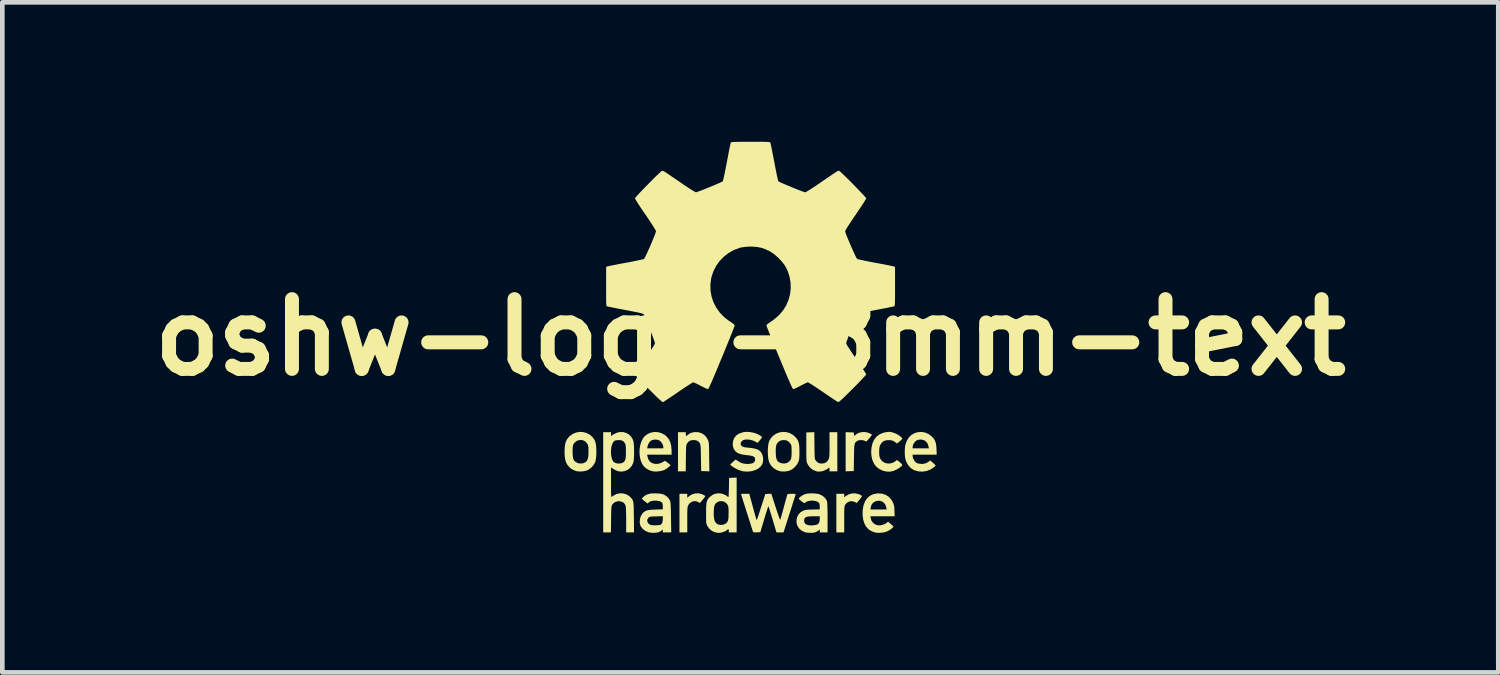
<source format=kicad_pcb>
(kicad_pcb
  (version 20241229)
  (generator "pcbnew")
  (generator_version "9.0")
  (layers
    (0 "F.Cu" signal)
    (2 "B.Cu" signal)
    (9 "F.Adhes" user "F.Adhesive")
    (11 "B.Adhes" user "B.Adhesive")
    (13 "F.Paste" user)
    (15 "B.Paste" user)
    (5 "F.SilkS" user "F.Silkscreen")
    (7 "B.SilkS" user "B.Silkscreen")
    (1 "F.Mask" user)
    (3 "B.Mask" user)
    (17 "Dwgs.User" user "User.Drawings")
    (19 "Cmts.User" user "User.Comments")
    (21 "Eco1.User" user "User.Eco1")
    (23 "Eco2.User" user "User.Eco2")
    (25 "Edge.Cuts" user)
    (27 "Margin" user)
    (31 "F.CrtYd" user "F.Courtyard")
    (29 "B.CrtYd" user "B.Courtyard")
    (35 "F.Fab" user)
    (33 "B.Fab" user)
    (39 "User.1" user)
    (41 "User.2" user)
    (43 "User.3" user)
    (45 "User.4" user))
  (footprint "oshw-logo-8mm-text"
    (layer "F.Cu")
    (at 13.086 4.205)
    (property "Reference" "oshw-logo-8mm-text" (at 0 0 0) (layer "F.SilkS") (effects (font (size 1.5 1.5) (thickness 0.3))))
    (attr board_only exclude_from_pos_files exclude_from_bom)
    (fp_poly (pts (xy 2.335 3.373) (xy 2.396 3.404) (xy 2.4 3.413) (xy 2.396 3.427) (xy 2.38 3.451) (xy 2.351 3.487) (xy 2.35 3.488) (xy 2.289 3.562) (xy 2.248 3.541) (xy 2.195 3.524) (xy 2.142 3.526) (xy 2.094 3.546) (xy 2.054 3.581) (xy 2.037 3.607) (xy 2.031 3.62) (xy 2.027 3.637) (xy 2.024 3.659) (xy 2.021 3.691) (xy 2.02 3.733) (xy 2.019 3.79) (xy 2.019 3.864) (xy 2.019 3.919) (xy 2.019 4.195) (xy 1.934 4.195) (xy 1.85 4.195) (xy 1.85 3.78) (xy 1.85 3.364) (xy 1.934 3.364) (xy 2.019 3.364) (xy 2.019 3.402) (xy 2.019 3.439) (xy 2.055 3.411) (xy 2.119 3.375) (xy 2.19 3.356) (xy 2.264 3.356)) (stroke (width 0) (type solid)) (fill yes) (layer "F.SilkS"))
    (fp_poly (pts (xy -1.045 3.37) (xy -1.022 3.38) (xy -0.993 3.395) (xy -0.973 3.408) (xy -0.967 3.414) (xy -0.974 3.426) (xy -0.99 3.449) (xy -1.015 3.48) (xy -1.025 3.493) (xy -1.084 3.563) (xy -1.117 3.543) (xy -1.167 3.524) (xy -1.219 3.523) (xy -1.268 3.54) (xy -1.309 3.572) (xy -1.333 3.606) (xy -1.34 3.621) (xy -1.345 3.636) (xy -1.349 3.654) (xy -1.352 3.678) (xy -1.354 3.711) (xy -1.355 3.755) (xy -1.356 3.813) (xy -1.356 3.888) (xy -1.356 3.924) (xy -1.356 4.195) (xy -1.44 4.195) (xy -1.524 4.195) (xy -1.524 3.78) (xy -1.524 3.364) (xy -1.44 3.364) (xy -1.356 3.364) (xy -1.356 3.407) (xy -1.356 3.45) (xy -1.314 3.414) (xy -1.255 3.377) (xy -1.188 3.357) (xy -1.116 3.354)) (stroke (width 0) (type solid)) (fill yes) (layer "F.SilkS"))
    (fp_poly (pts (xy 2.474 2.037) (xy 2.537 2.051) (xy 2.583 2.073) (xy 2.618 2.094) (xy 2.597 2.122) (xy 2.579 2.146) (xy 2.553 2.177) (xy 2.537 2.196) (xy 2.496 2.242) (xy 2.463 2.225) (xy 2.421 2.212) (xy 2.373 2.208) (xy 2.327 2.215) (xy 2.299 2.227) (xy 2.281 2.24) (xy 2.266 2.252) (xy 2.255 2.267) (xy 2.247 2.286) (xy 2.241 2.312) (xy 2.236 2.349) (xy 2.233 2.397) (xy 2.231 2.461) (xy 2.23 2.542) (xy 2.229 2.586) (xy 2.224 2.875) (xy 2.137 2.878) (xy 2.05 2.881) (xy 2.05 2.46) (xy 2.05 2.039) (xy 2.137 2.042) (xy 2.224 2.045) (xy 2.229 2.086) (xy 2.233 2.111) (xy 2.238 2.119) (xy 2.247 2.111) (xy 2.248 2.11) (xy 2.291 2.074) (xy 2.346 2.049) (xy 2.409 2.037)) (stroke (width 0) (type solid)) (fill yes) (layer "F.SilkS"))
    (fp_poly (pts (xy 1.379 2.328) (xy 1.38 2.413) (xy 1.381 2.481) (xy 1.383 2.532) (xy 1.385 2.57) (xy 1.387 2.598) (xy 1.39 2.617) (xy 1.395 2.63) (xy 1.401 2.64) (xy 1.404 2.645) (xy 1.44 2.684) (xy 1.478 2.706) (xy 1.525 2.714) (xy 1.533 2.714) (xy 1.591 2.707) (xy 1.637 2.683) (xy 1.672 2.643) (xy 1.679 2.628) (xy 1.687 2.613) (xy 1.692 2.598) (xy 1.696 2.58) (xy 1.699 2.556) (xy 1.701 2.524) (xy 1.702 2.48) (xy 1.703 2.422) (xy 1.703 2.347) (xy 1.703 2.311) (xy 1.703 2.04) (xy 1.787 2.04) (xy 1.871 2.04) (xy 1.871 2.46) (xy 1.871 2.881) (xy 1.787 2.881) (xy 1.703 2.881) (xy 1.703 2.839) (xy 1.703 2.798) (xy 1.651 2.833) (xy 1.582 2.869) (xy 1.511 2.886) (xy 1.441 2.885) (xy 1.425 2.881) (xy 1.352 2.853) (xy 1.291 2.808) (xy 1.243 2.747) (xy 1.228 2.718) (xy 1.221 2.702) (xy 1.216 2.686) (xy 1.211 2.669) (xy 1.208 2.646) (xy 1.206 2.616) (xy 1.205 2.575) (xy 1.204 2.522) (xy 1.204 2.453) (xy 1.204 2.366) (xy 1.204 2.355) (xy 1.204 2.045) (xy 1.29 2.042) (xy 1.376 2.039)) (stroke (width 0) (type solid)) (fill yes) (layer "F.SilkS"))
    (fp_poly (pts (xy -1.119 2.04) (xy -1.059 2.057) (xy -1.046 2.063) (xy -0.987 2.101) (xy -0.944 2.148) (xy -0.913 2.203) (xy -0.906 2.218) (xy -0.9 2.234) (xy -0.896 2.253) (xy -0.893 2.276) (xy -0.89 2.308) (xy -0.888 2.35) (xy -0.887 2.404) (xy -0.886 2.475) (xy -0.885 2.564) (xy -0.885 2.568) (xy -0.881 2.882) (xy -0.969 2.878) (xy -1.057 2.875) (xy -1.062 2.592) (xy -1.064 2.506) (xy -1.065 2.438) (xy -1.067 2.386) (xy -1.07 2.348) (xy -1.073 2.32) (xy -1.076 2.3) (xy -1.081 2.286) (xy -1.087 2.275) (xy -1.12 2.236) (xy -1.165 2.214) (xy -1.219 2.208) (xy -1.276 2.214) (xy -1.319 2.235) (xy -1.353 2.271) (xy -1.358 2.278) (xy -1.365 2.291) (xy -1.371 2.304) (xy -1.375 2.32) (xy -1.379 2.341) (xy -1.381 2.371) (xy -1.383 2.412) (xy -1.384 2.467) (xy -1.385 2.538) (xy -1.386 2.599) (xy -1.389 2.881) (xy -1.473 2.881) (xy -1.556 2.881) (xy -1.556 2.46) (xy -1.556 2.04) (xy -1.472 2.04) (xy -1.388 2.04) (xy -1.388 2.082) (xy -1.386 2.112) (xy -1.378 2.122) (xy -1.362 2.113) (xy -1.346 2.098) (xy -1.302 2.065) (xy -1.246 2.045) (xy -1.184 2.036)) (stroke (width 0) (type solid)) (fill yes) (layer "F.SilkS"))
    (fp_poly (pts (xy -1.989 2.039) (xy -1.914 2.058) (xy -1.845 2.095) (xy -1.799 2.133) (xy -1.755 2.187) (xy -1.723 2.251) (xy -1.703 2.326) (xy -1.694 2.416) (xy -1.693 2.457) (xy -1.693 2.523) (xy -1.956 2.523) (xy -2.219 2.523) (xy -2.212 2.563) (xy -2.193 2.623) (xy -2.161 2.671) (xy -2.118 2.702) (xy -2.057 2.72) (xy -1.991 2.721) (xy -1.924 2.703) (xy -1.86 2.669) (xy -1.855 2.666) (xy -1.843 2.658) (xy -1.831 2.659) (xy -1.814 2.668) (xy -1.787 2.688) (xy -1.773 2.699) (xy -1.713 2.749) (xy -1.761 2.793) (xy -1.798 2.822) (xy -1.84 2.847) (xy -1.864 2.858) (xy -1.923 2.874) (xy -1.99 2.884) (xy -2.055 2.885) (xy -2.101 2.88) (xy -2.174 2.857) (xy -2.239 2.82) (xy -2.278 2.787) (xy -2.322 2.729) (xy -2.354 2.657) (xy -2.374 2.576) (xy -2.383 2.489) (xy -2.381 2.401) (xy -2.378 2.387) (xy -2.218 2.387) (xy -2.045 2.387) (xy -1.871 2.387) (xy -1.871 2.357) (xy -1.88 2.316) (xy -1.901 2.273) (xy -1.93 2.236) (xy -1.956 2.217) (xy -2.004 2.201) (xy -2.058 2.198) (xy -2.108 2.208) (xy -2.135 2.221) (xy -2.173 2.258) (xy -2.2 2.31) (xy -2.212 2.352) (xy -2.218 2.387) (xy -2.378 2.387) (xy -2.367 2.315) (xy -2.341 2.235) (xy -2.304 2.166) (xy -2.27 2.124) (xy -2.21 2.078) (xy -2.14 2.049) (xy -2.065 2.035)) (stroke (width 0) (type solid)) (fill yes) (layer "F.SilkS"))
    (fp_poly (pts (xy 2.823 3.36) (xy 2.901 3.382) (xy 2.968 3.421) (xy 3.024 3.478) (xy 3.06 3.538) (xy 3.076 3.571) (xy 3.086 3.6) (xy 3.093 3.63) (xy 3.096 3.668) (xy 3.099 3.72) (xy 3.099 3.728) (xy 3.104 3.848) (xy 2.844 3.848) (xy 2.583 3.848) (xy 2.589 3.892) (xy 2.607 3.945) (xy 2.641 3.99) (xy 2.688 4.024) (xy 2.744 4.042) (xy 2.79 4.043) (xy 2.844 4.032) (xy 2.895 4.013) (xy 2.931 3.99) (xy 2.962 3.964) (xy 3.018 4.012) (xy 3.047 4.037) (xy 3.068 4.057) (xy 3.078 4.068) (xy 3.078 4.068) (xy 3.073 4.081) (xy 3.053 4.101) (xy 3.024 4.124) (xy 2.99 4.147) (xy 2.954 4.167) (xy 2.944 4.172) (xy 2.892 4.189) (xy 2.829 4.2) (xy 2.763 4.204) (xy 2.702 4.2) (xy 2.665 4.191) (xy 2.598 4.164) (xy 2.545 4.129) (xy 2.501 4.084) (xy 2.476 4.048) (xy 2.445 3.982) (xy 2.424 3.902) (xy 2.414 3.813) (xy 2.416 3.72) (xy 2.418 3.702) (xy 2.418 3.701) (xy 2.583 3.701) (xy 2.758 3.701) (xy 2.933 3.701) (xy 2.926 3.666) (xy 2.906 3.604) (xy 2.873 3.557) (xy 2.828 3.527) (xy 2.773 3.513) (xy 2.741 3.514) (xy 2.684 3.529) (xy 2.637 3.56) (xy 2.605 3.605) (xy 2.589 3.657) (xy 2.583 3.701) (xy 2.418 3.701) (xy 2.436 3.605) (xy 2.469 3.524) (xy 2.514 3.457) (xy 2.573 3.407) (xy 2.643 3.373) (xy 2.724 3.357) (xy 2.735 3.356)) (stroke (width 0) (type solid)) (fill yes) (layer "F.SilkS"))
    (fp_poly (pts (xy 3.003 2.033) (xy 3.042 2.04) (xy 3.059 2.044) (xy 3.128 2.068) (xy 3.192 2.103) (xy 3.244 2.145) (xy 3.248 2.15) (xy 3.264 2.168) (xy 3.267 2.18) (xy 3.256 2.195) (xy 3.253 2.198) (xy 3.232 2.219) (xy 3.204 2.243) (xy 3.194 2.251) (xy 3.155 2.282) (xy 3.107 2.248) (xy 3.075 2.228) (xy 3.045 2.217) (xy 3.007 2.211) (xy 2.988 2.21) (xy 2.921 2.213) (xy 2.867 2.231) (xy 2.825 2.266) (xy 2.797 2.308) (xy 2.785 2.337) (xy 2.777 2.365) (xy 2.773 2.399) (xy 2.771 2.445) (xy 2.771 2.46) (xy 2.772 2.512) (xy 2.775 2.549) (xy 2.782 2.579) (xy 2.794 2.607) (xy 2.795 2.61) (xy 2.83 2.658) (xy 2.876 2.691) (xy 2.931 2.71) (xy 2.991 2.714) (xy 3.051 2.702) (xy 3.108 2.672) (xy 3.117 2.666) (xy 3.154 2.637) (xy 3.194 2.668) (xy 3.222 2.692) (xy 3.247 2.715) (xy 3.253 2.722) (xy 3.266 2.739) (xy 3.265 2.751) (xy 3.253 2.766) (xy 3.211 2.803) (xy 3.157 2.837) (xy 3.098 2.865) (xy 3.078 2.872) (xy 3.03 2.884) (xy 2.988 2.889) (xy 2.941 2.886) (xy 2.901 2.881) (xy 2.837 2.862) (xy 2.773 2.83) (xy 2.717 2.789) (xy 2.706 2.778) (xy 2.661 2.718) (xy 2.627 2.644) (xy 2.606 2.559) (xy 2.599 2.467) (xy 2.605 2.375) (xy 2.627 2.279) (xy 2.663 2.2) (xy 2.713 2.136) (xy 2.777 2.087) (xy 2.856 2.053) (xy 2.92 2.039) (xy 2.966 2.033)) (stroke (width 0) (type solid)) (fill yes) (layer "F.SilkS"))
    (fp_poly (pts (xy 3.76 2.047) (xy 3.836 2.081) (xy 3.899 2.129) (xy 3.939 2.171) (xy 3.968 2.216) (xy 3.987 2.266) (xy 3.998 2.329) (xy 4.004 2.405) (xy 4.008 2.523) (xy 3.749 2.523) (xy 3.49 2.523) (xy 3.49 2.552) (xy 3.497 2.588) (xy 3.516 2.63) (xy 3.54 2.669) (xy 3.566 2.695) (xy 3.599 2.71) (xy 3.645 2.719) (xy 3.694 2.722) (xy 3.74 2.717) (xy 3.757 2.713) (xy 3.791 2.699) (xy 3.826 2.679) (xy 3.832 2.675) (xy 3.87 2.649) (xy 3.927 2.698) (xy 3.956 2.723) (xy 3.976 2.743) (xy 3.984 2.755) (xy 3.985 2.755) (xy 3.977 2.766) (xy 3.958 2.785) (xy 3.947 2.794) (xy 3.871 2.844) (xy 3.786 2.875) (xy 3.697 2.888) (xy 3.606 2.881) (xy 3.601 2.88) (xy 3.519 2.854) (xy 3.451 2.811) (xy 3.396 2.752) (xy 3.355 2.679) (xy 3.334 2.613) (xy 3.326 2.569) (xy 3.322 2.511) (xy 3.321 2.448) (xy 3.323 2.387) (xy 3.324 2.387) (xy 3.49 2.387) (xy 3.665 2.387) (xy 3.84 2.387) (xy 3.832 2.347) (xy 3.813 2.287) (xy 3.779 2.241) (xy 3.733 2.21) (xy 3.676 2.198) (xy 3.665 2.197) (xy 3.617 2.202) (xy 3.576 2.216) (xy 3.575 2.217) (xy 3.542 2.243) (xy 3.514 2.282) (xy 3.496 2.325) (xy 3.49 2.357) (xy 3.49 2.387) (xy 3.324 2.387) (xy 3.329 2.337) (xy 3.331 2.323) (xy 3.36 2.234) (xy 3.402 2.161) (xy 3.458 2.103) (xy 3.526 2.062) (xy 3.598 2.04) (xy 3.68 2.034)) (stroke (width 0) (type solid)) (fill yes) (layer "F.SilkS"))
    (fp_poly (pts (xy -3.596 2.037) (xy -3.523 2.056) (xy -3.456 2.09) (xy -3.398 2.14) (xy -3.352 2.203) (xy -3.337 2.236) (xy -3.325 2.278) (xy -3.316 2.336) (xy -3.312 2.404) (xy -3.311 2.476) (xy -3.313 2.547) (xy -3.32 2.611) (xy -3.33 2.663) (xy -3.337 2.686) (xy -3.375 2.752) (xy -3.427 2.808) (xy -3.489 2.85) (xy -3.532 2.868) (xy -3.595 2.881) (xy -3.663 2.885) (xy -3.723 2.881) (xy -3.798 2.857) (xy -3.867 2.814) (xy -3.893 2.79) (xy -3.932 2.744) (xy -3.961 2.693) (xy -3.98 2.631) (xy -3.991 2.557) (xy -3.995 2.467) (xy -3.995 2.46) (xy -3.822 2.46) (xy -3.82 2.528) (xy -3.815 2.579) (xy -3.806 2.617) (xy -3.791 2.646) (xy -3.768 2.671) (xy -3.752 2.683) (xy -3.705 2.706) (xy -3.651 2.714) (xy -3.595 2.707) (xy -3.545 2.685) (xy -3.545 2.685) (xy -3.518 2.66) (xy -3.499 2.624) (xy -3.487 2.575) (xy -3.481 2.509) (xy -3.48 2.46) (xy -3.481 2.405) (xy -3.482 2.365) (xy -3.487 2.336) (xy -3.494 2.313) (xy -3.504 2.292) (xy -3.536 2.249) (xy -3.58 2.22) (xy -3.629 2.207) (xy -3.681 2.209) (xy -3.731 2.226) (xy -3.774 2.258) (xy -3.8 2.292) (xy -3.809 2.31) (xy -3.815 2.331) (xy -3.819 2.359) (xy -3.821 2.398) (xy -3.822 2.454) (xy -3.822 2.46) (xy -3.995 2.46) (xy -3.992 2.37) (xy -3.982 2.297) (xy -3.965 2.237) (xy -3.938 2.186) (xy -3.901 2.141) (xy -3.885 2.125) (xy -3.819 2.077) (xy -3.747 2.047) (xy -3.671 2.033)) (stroke (width 0) (type solid)) (fill yes) (layer "F.SilkS"))
    (fp_poly (pts (xy 0.776 2.038) (xy 0.849 2.059) (xy 0.917 2.097) (xy 0.971 2.146) (xy 1.001 2.182) (xy 1.024 2.219) (xy 1.039 2.259) (xy 1.049 2.307) (xy 1.054 2.367) (xy 1.056 2.443) (xy 1.056 2.465) (xy 1.056 2.529) (xy 1.054 2.576) (xy 1.051 2.612) (xy 1.046 2.64) (xy 1.039 2.665) (xy 1.032 2.682) (xy 1.001 2.738) (xy 0.956 2.791) (xy 0.902 2.835) (xy 0.859 2.859) (xy 0.801 2.877) (xy 0.733 2.885) (xy 0.666 2.883) (xy 0.65 2.881) (xy 0.572 2.857) (xy 0.504 2.816) (xy 0.447 2.759) (xy 0.409 2.695) (xy 0.393 2.647) (xy 0.383 2.584) (xy 0.377 2.512) (xy 0.376 2.46) (xy 0.547 2.46) (xy 0.549 2.536) (xy 0.557 2.595) (xy 0.572 2.639) (xy 0.594 2.67) (xy 0.627 2.692) (xy 0.67 2.707) (xy 0.67 2.707) (xy 0.732 2.714) (xy 0.787 2.701) (xy 0.819 2.683) (xy 0.846 2.66) (xy 0.865 2.634) (xy 0.878 2.601) (xy 0.885 2.557) (xy 0.888 2.499) (xy 0.888 2.46) (xy 0.888 2.403) (xy 0.886 2.362) (xy 0.883 2.333) (xy 0.877 2.312) (xy 0.868 2.294) (xy 0.867 2.292) (xy 0.829 2.246) (xy 0.781 2.217) (xy 0.722 2.208) (xy 0.721 2.208) (xy 0.66 2.216) (xy 0.613 2.239) (xy 0.577 2.28) (xy 0.57 2.292) (xy 0.56 2.315) (xy 0.553 2.339) (xy 0.549 2.369) (xy 0.547 2.41) (xy 0.547 2.46) (xy 0.376 2.46) (xy 0.376 2.436) (xy 0.379 2.362) (xy 0.388 2.296) (xy 0.401 2.242) (xy 0.405 2.233) (xy 0.444 2.165) (xy 0.496 2.11) (xy 0.558 2.07) (xy 0.628 2.044) (xy 0.702 2.033)) (stroke (width 0) (type solid)) (fill yes) (layer "F.SilkS"))
    (fp_poly (pts (xy -0.294 3.606) (xy -0.294 4.195) (xy -0.378 4.195) (xy -0.463 4.195) (xy -0.463 4.158) (xy -0.465 4.13) (xy -0.475 4.123) (xy -0.492 4.134) (xy -0.499 4.142) (xy -0.527 4.162) (xy -0.568 4.181) (xy -0.615 4.196) (xy -0.662 4.204) (xy -0.681 4.204) (xy -0.723 4.2) (xy -0.765 4.191) (xy -0.774 4.188) (xy -0.83 4.159) (xy -0.881 4.115) (xy -0.92 4.063) (xy -0.927 4.05) (xy -0.935 4.032) (xy -0.941 4.015) (xy -0.946 3.994) (xy -0.949 3.967) (xy -0.95 3.931) (xy -0.951 3.881) (xy -0.951 3.83) (xy -0.787 3.83) (xy -0.779 3.901) (xy -0.763 3.955) (xy -0.738 3.994) (xy -0.702 4.019) (xy -0.692 4.023) (xy -0.637 4.035) (xy -0.585 4.029) (xy -0.551 4.016) (xy -0.521 3.998) (xy -0.499 3.976) (xy -0.483 3.947) (xy -0.474 3.908) (xy -0.469 3.854) (xy -0.468 3.783) (xy -0.468 3.78) (xy -0.468 3.721) (xy -0.47 3.678) (xy -0.473 3.648) (xy -0.479 3.624) (xy -0.488 3.604) (xy -0.49 3.601) (xy -0.521 3.561) (xy -0.563 3.534) (xy -0.611 3.522) (xy -0.661 3.524) (xy -0.707 3.541) (xy -0.745 3.571) (xy -0.763 3.598) (xy -0.775 3.631) (xy -0.782 3.681) (xy -0.786 3.741) (xy -0.787 3.83) (xy -0.951 3.83) (xy -0.951 3.815) (xy -0.951 3.785) (xy -0.951 3.699) (xy -0.949 3.631) (xy -0.945 3.577) (xy -0.937 3.536) (xy -0.926 3.503) (xy -0.91 3.475) (xy -0.889 3.45) (xy -0.862 3.424) (xy -0.809 3.385) (xy -0.753 3.363) (xy -0.687 3.354) (xy -0.672 3.354) (xy -0.625 3.359) (xy -0.577 3.373) (xy -0.532 3.393) (xy -0.5 3.415) (xy -0.495 3.42) (xy -0.48 3.435) (xy -0.472 3.438) (xy -0.469 3.428) (xy -0.466 3.4) (xy -0.464 3.357) (xy -0.462 3.303) (xy -0.46 3.241) (xy -0.46 3.23) (xy -0.457 3.023) (xy -0.376 3.019) (xy -0.294 3.016)) (stroke (width 0) (type solid)) (fill yes) (layer "F.SilkS"))
    (fp_poly (pts (xy -0.019 2.036) (xy 0.041 2.045) (xy 0.097 2.058) (xy 0.135 2.072) (xy 0.175 2.091) (xy 0.211 2.112) (xy 0.238 2.131) (xy 0.251 2.145) (xy 0.252 2.148) (xy 0.246 2.16) (xy 0.229 2.183) (xy 0.206 2.212) (xy 0.204 2.214) (xy 0.156 2.27) (xy 0.098 2.237) (xy 0.046 2.215) (xy -0.013 2.201) (xy -0.072 2.196) (xy -0.124 2.201) (xy -0.156 2.212) (xy -0.189 2.238) (xy -0.206 2.27) (xy -0.207 2.303) (xy -0.191 2.333) (xy -0.169 2.349) (xy -0.143 2.358) (xy -0.104 2.366) (xy -0.061 2.371) (xy -0.061 2.371) (xy 0.026 2.38) (xy 0.095 2.392) (xy 0.149 2.409) (xy 0.191 2.432) (xy 0.223 2.462) (xy 0.248 2.501) (xy 0.25 2.505) (xy 0.269 2.559) (xy 0.276 2.62) (xy 0.272 2.68) (xy 0.258 2.726) (xy 0.222 2.778) (xy 0.17 2.822) (xy 0.105 2.855) (xy 0.03 2.877) (xy -0.052 2.887) (xy -0.137 2.883) (xy -0.158 2.88) (xy -0.199 2.869) (xy -0.247 2.853) (xy -0.282 2.838) (xy -0.321 2.818) (xy -0.359 2.795) (xy -0.393 2.772) (xy -0.418 2.752) (xy -0.43 2.737) (xy -0.431 2.735) (xy -0.423 2.725) (xy -0.404 2.706) (xy -0.377 2.681) (xy -0.373 2.678) (xy -0.316 2.627) (xy -0.268 2.66) (xy -0.204 2.696) (xy -0.139 2.716) (xy -0.064 2.723) (xy -0.061 2.723) (xy 0.007 2.718) (xy 0.057 2.703) (xy 0.089 2.678) (xy 0.103 2.642) (xy 0.103 2.616) (xy 0.097 2.59) (xy 0.082 2.571) (xy 0.055 2.556) (xy 0.015 2.545) (xy -0.043 2.537) (xy -0.073 2.534) (xy -0.159 2.522) (xy -0.227 2.506) (xy -0.279 2.483) (xy -0.319 2.452) (xy -0.349 2.411) (xy -0.359 2.392) (xy -0.371 2.354) (xy -0.378 2.311) (xy -0.378 2.298) (xy -0.37 2.223) (xy -0.344 2.16) (xy -0.302 2.109) (xy -0.242 2.07) (xy -0.165 2.043) (xy -0.119 2.034) (xy -0.075 2.032)) (stroke (width 0) (type solid)) (fill yes) (layer "F.SilkS"))
    (fp_poly (pts (xy -2.018 3.356) (xy -1.963 3.359) (xy -1.923 3.363) (xy -1.892 3.371) (xy -1.862 3.382) (xy -1.846 3.389) (xy -1.788 3.427) (xy -1.746 3.476) (xy -1.724 3.522) (xy -1.719 3.541) (xy -1.715 3.574) (xy -1.712 3.622) (xy -1.71 3.687) (xy -1.707 3.77) (xy -1.706 3.872) (xy -1.706 3.877) (xy -1.701 4.195) (xy -1.792 4.195) (xy -1.882 4.195) (xy -1.882 4.162) (xy -1.882 4.13) (xy -1.914 4.157) (xy -1.946 4.178) (xy -1.982 4.194) (xy -1.985 4.194) (xy -2.034 4.202) (xy -2.093 4.204) (xy -2.151 4.199) (xy -2.194 4.19) (xy -2.262 4.16) (xy -2.317 4.116) (xy -2.356 4.063) (xy -2.37 4.029) (xy -2.379 3.971) (xy -2.377 3.948) (xy -2.218 3.948) (xy -2.206 3.984) (xy -2.18 4.014) (xy -2.142 4.034) (xy -2.128 4.038) (xy -2.096 4.041) (xy -2.053 4.042) (xy -2.007 4.041) (xy -1.965 4.037) (xy -1.934 4.032) (xy -1.93 4.031) (xy -1.908 4.012) (xy -1.891 3.976) (xy -1.883 3.929) (xy -1.882 3.905) (xy -1.882 3.846) (xy -2.023 3.85) (xy -2.08 3.851) (xy -2.121 3.853) (xy -2.148 3.857) (xy -2.167 3.862) (xy -2.18 3.869) (xy -2.191 3.879) (xy -2.213 3.912) (xy -2.218 3.948) (xy -2.377 3.948) (xy -2.374 3.908) (xy -2.355 3.846) (xy -2.326 3.794) (xy -2.306 3.772) (xy -2.278 3.749) (xy -2.248 3.731) (xy -2.213 3.719) (xy -2.167 3.711) (xy -2.109 3.706) (xy -2.037 3.703) (xy -1.882 3.698) (xy -1.882 3.641) (xy -1.884 3.604) (xy -1.889 3.574) (xy -1.893 3.562) (xy -1.917 3.539) (xy -1.956 3.522) (xy -2.007 3.513) (xy -2.033 3.511) (xy -2.091 3.514) (xy -2.134 3.522) (xy -2.166 3.537) (xy -2.182 3.549) (xy -2.208 3.574) (xy -2.271 3.525) (xy -2.301 3.501) (xy -2.323 3.481) (xy -2.334 3.469) (xy -2.334 3.469) (xy -2.327 3.458) (xy -2.308 3.439) (xy -2.29 3.422) (xy -2.245 3.391) (xy -2.195 3.37) (xy -2.136 3.358) (xy -2.062 3.355)) (stroke (width 0) (type solid)) (fill yes) (layer "F.SilkS"))
    (fp_poly (pts (xy 1.375 3.356) (xy 1.441 3.364) (xy 1.476 3.371) (xy 1.532 3.395) (xy 1.582 3.431) (xy 1.623 3.474) (xy 1.648 3.521) (xy 1.649 3.527) (xy 1.653 3.551) (xy 1.656 3.595) (xy 1.658 3.656) (xy 1.66 3.733) (xy 1.661 3.824) (xy 1.661 3.882) (xy 1.661 4.195) (xy 1.577 4.195) (xy 1.493 4.195) (xy 1.493 4.162) (xy 1.493 4.13) (xy 1.461 4.157) (xy 1.428 4.178) (xy 1.393 4.194) (xy 1.39 4.194) (xy 1.338 4.203) (xy 1.277 4.204) (xy 1.216 4.199) (xy 1.165 4.187) (xy 1.164 4.186) (xy 1.097 4.153) (xy 1.046 4.106) (xy 1.011 4.049) (xy 0.993 3.984) (xy 0.994 3.945) (xy 1.157 3.945) (xy 1.165 3.986) (xy 1.19 4.017) (xy 1.222 4.031) (xy 1.251 4.038) (xy 1.267 4.041) (xy 1.298 4.044) (xy 1.338 4.043) (xy 1.382 4.038) (xy 1.42 4.031) (xy 1.446 4.022) (xy 1.447 4.021) (xy 1.473 3.995) (xy 1.488 3.957) (xy 1.493 3.904) (xy 1.493 3.9) (xy 1.493 3.848) (xy 1.361 3.848) (xy 1.289 3.849) (xy 1.236 3.855) (xy 1.199 3.865) (xy 1.175 3.881) (xy 1.162 3.904) (xy 1.157 3.937) (xy 1.157 3.945) (xy 0.994 3.945) (xy 0.995 3.913) (xy 1.003 3.878) (xy 1.031 3.815) (xy 1.077 3.764) (xy 1.135 3.728) (xy 1.158 3.719) (xy 1.184 3.713) (xy 1.216 3.708) (xy 1.261 3.705) (xy 1.321 3.703) (xy 1.338 3.703) (xy 1.493 3.699) (xy 1.493 3.638) (xy 1.49 3.593) (xy 1.48 3.564) (xy 1.474 3.556) (xy 1.442 3.533) (xy 1.396 3.518) (xy 1.343 3.511) (xy 1.288 3.513) (xy 1.238 3.523) (xy 1.197 3.541) (xy 1.179 3.557) (xy 1.17 3.564) (xy 1.159 3.564) (xy 1.141 3.554) (xy 1.112 3.533) (xy 1.103 3.526) (xy 1.073 3.502) (xy 1.051 3.482) (xy 1.041 3.471) (xy 1.041 3.47) (xy 1.049 3.454) (xy 1.072 3.432) (xy 1.103 3.409) (xy 1.138 3.388) (xy 1.171 3.373) (xy 1.179 3.37) (xy 1.235 3.359) (xy 1.303 3.354)) (stroke (width 0) (type solid)) (fill yes) (layer "F.SilkS"))
    (fp_poly (pts (xy 0.543 3.648) (xy 0.567 3.72) (xy 0.589 3.786) (xy 0.608 3.841) (xy 0.624 3.884) (xy 0.635 3.913) (xy 0.641 3.924) (xy 0.642 3.924) (xy 0.647 3.912) (xy 0.656 3.883) (xy 0.669 3.839) (xy 0.685 3.782) (xy 0.703 3.717) (xy 0.72 3.653) (xy 0.739 3.582) (xy 0.757 3.517) (xy 0.773 3.461) (xy 0.785 3.417) (xy 0.793 3.388) (xy 0.796 3.377) (xy 0.808 3.37) (xy 0.838 3.366) (xy 0.887 3.364) (xy 0.891 3.364) (xy 0.936 3.365) (xy 0.963 3.368) (xy 0.975 3.373) (xy 0.975 3.377) (xy 0.97 3.391) (xy 0.961 3.422) (xy 0.947 3.465) (xy 0.929 3.519) (xy 0.91 3.579) (xy 0.91 3.58) (xy 0.887 3.654) (xy 0.859 3.74) (xy 0.83 3.831) (xy 0.802 3.919) (xy 0.782 3.982) (xy 0.713 4.195) (xy 0.638 4.195) (xy 0.562 4.195) (xy 0.479 3.916) (xy 0.457 3.843) (xy 0.436 3.776) (xy 0.419 3.72) (xy 0.404 3.675) (xy 0.394 3.645) (xy 0.389 3.632) (xy 0.389 3.632) (xy 0.384 3.641) (xy 0.374 3.667) (xy 0.361 3.708) (xy 0.343 3.762) (xy 0.323 3.827) (xy 0.302 3.898) (xy 0.299 3.909) (xy 0.215 4.19) (xy 0.139 4.193) (xy 0.095 4.193) (xy 0.069 4.19) (xy 0.058 4.183) (xy 0.058 4.182) (xy 0.052 4.165) (xy 0.042 4.132) (xy 0.026 4.085) (xy 0.008 4.026) (xy -0.014 3.959) (xy -0.037 3.885) (xy -0.062 3.808) (xy -0.087 3.73) (xy -0.111 3.653) (xy -0.134 3.581) (xy -0.155 3.515) (xy -0.173 3.458) (xy -0.187 3.414) (xy -0.196 3.383) (xy -0.2 3.37) (xy -0.2 3.37) (xy -0.19 3.367) (xy -0.164 3.365) (xy -0.127 3.364) (xy -0.111 3.364) (xy -0.022 3.364) (xy -0.013 3.398) (xy -0.007 3.418) (xy 0.002 3.455) (xy 0.016 3.505) (xy 0.033 3.566) (xy 0.051 3.634) (xy 0.064 3.682) (xy 0.083 3.751) (xy 0.1 3.813) (xy 0.115 3.864) (xy 0.126 3.903) (xy 0.134 3.926) (xy 0.137 3.932) (xy 0.141 3.922) (xy 0.151 3.895) (xy 0.166 3.853) (xy 0.184 3.798) (xy 0.205 3.734) (xy 0.228 3.662) (xy 0.232 3.651) (xy 0.322 3.369) (xy 0.387 3.366) (xy 0.451 3.363)) (stroke (width 0) (type solid)) (fill yes) (layer "F.SilkS"))
    (fp_poly (pts (xy -2.737 2.037) (xy -2.672 2.055) (xy -2.613 2.087) (xy -2.564 2.134) (xy -2.528 2.195) (xy -2.517 2.226) (xy -2.509 2.264) (xy -2.504 2.319) (xy -2.501 2.384) (xy -2.5 2.454) (xy -2.5 2.525) (xy -2.503 2.591) (xy -2.508 2.647) (xy -2.515 2.689) (xy -2.517 2.694) (xy -2.546 2.759) (xy -2.591 2.813) (xy -2.647 2.854) (xy -2.713 2.879) (xy -2.784 2.887) (xy -2.836 2.88) (xy -2.873 2.868) (xy -2.916 2.848) (xy -2.941 2.833) (xy -2.996 2.796) (xy -2.996 3.118) (xy -2.996 3.211) (xy -2.996 3.286) (xy -2.995 3.343) (xy -2.993 3.384) (xy -2.991 3.412) (xy -2.988 3.427) (xy -2.985 3.432) (xy -2.983 3.431) (xy -2.966 3.42) (xy -2.942 3.403) (xy -2.938 3.401) (xy -2.878 3.369) (xy -2.811 3.354) (xy -2.741 3.356) (xy -2.673 3.373) (xy -2.613 3.406) (xy -2.588 3.428) (xy -2.566 3.45) (xy -2.549 3.47) (xy -2.536 3.49) (xy -2.525 3.513) (xy -2.518 3.541) (xy -2.513 3.578) (xy -2.509 3.625) (xy -2.507 3.685) (xy -2.506 3.76) (xy -2.505 3.854) (xy -2.504 3.872) (xy -2.501 4.195) (xy -2.586 4.195) (xy -2.67 4.195) (xy -2.67 3.919) (xy -2.671 3.828) (xy -2.672 3.755) (xy -2.674 3.698) (xy -2.677 3.655) (xy -2.683 3.622) (xy -2.692 3.598) (xy -2.703 3.579) (xy -2.718 3.564) (xy -2.735 3.55) (xy -2.781 3.529) (xy -2.833 3.523) (xy -2.885 3.533) (xy -2.931 3.556) (xy -2.967 3.593) (xy -2.968 3.595) (xy -2.975 3.607) (xy -2.98 3.62) (xy -2.984 3.636) (xy -2.987 3.659) (xy -2.99 3.69) (xy -2.991 3.733) (xy -2.993 3.79) (xy -2.994 3.864) (xy -2.994 3.914) (xy -2.998 4.195) (xy -3.081 4.195) (xy -3.164 4.195) (xy -3.164 3.117) (xy -3.164 2.482) (xy -2.997 2.482) (xy -2.991 2.548) (xy -2.978 2.608) (xy -2.958 2.656) (xy -2.948 2.67) (xy -2.913 2.696) (xy -2.867 2.711) (xy -2.816 2.714) (xy -2.766 2.705) (xy -2.737 2.691) (xy -2.714 2.674) (xy -2.698 2.653) (xy -2.687 2.624) (xy -2.68 2.584) (xy -2.676 2.53) (xy -2.676 2.465) (xy -2.676 2.403) (xy -2.678 2.357) (xy -2.681 2.324) (xy -2.687 2.3) (xy -2.695 2.28) (xy -2.722 2.242) (xy -2.76 2.218) (xy -2.812 2.209) (xy -2.849 2.21) (xy -2.887 2.214) (xy -2.912 2.22) (xy -2.93 2.233) (xy -2.945 2.25) (xy -2.969 2.292) (xy -2.986 2.348) (xy -2.995 2.413) (xy -2.997 2.482) (xy -3.164 2.482) (xy -3.164 2.04) (xy -3.08 2.04) (xy -2.996 2.04) (xy -2.996 2.081) (xy -2.996 2.122) (xy -2.944 2.087) (xy -2.876 2.053) (xy -2.807 2.036)) (stroke (width 0) (type solid)) (fill yes) (layer "F.SilkS"))
    (fp_poly (pts (xy 0.11 -4.205) (xy 0.195 -4.205) (xy 0.263 -4.205) (xy 0.316 -4.204) (xy 0.356 -4.203) (xy 0.385 -4.201) (xy 0.405 -4.199) (xy 0.417 -4.196) (xy 0.425 -4.192) (xy 0.429 -4.187) (xy 0.431 -4.185) (xy 0.435 -4.17) (xy 0.443 -4.137) (xy 0.453 -4.088) (xy 0.466 -4.026) (xy 0.48 -3.953) (xy 0.496 -3.87) (xy 0.513 -3.782) (xy 0.516 -3.767) (xy 0.533 -3.678) (xy 0.549 -3.595) (xy 0.564 -3.521) (xy 0.577 -3.458) (xy 0.589 -3.408) (xy 0.597 -3.373) (xy 0.603 -3.357) (xy 0.603 -3.356) (xy 0.617 -3.348) (xy 0.648 -3.333) (xy 0.692 -3.313) (xy 0.746 -3.29) (xy 0.807 -3.264) (xy 0.872 -3.237) (xy 0.938 -3.21) (xy 1.002 -3.184) (xy 1.061 -3.161) (xy 1.111 -3.142) (xy 1.149 -3.129) (xy 1.173 -3.121) (xy 1.178 -3.12) (xy 1.193 -3.125) (xy 1.221 -3.14) (xy 1.263 -3.165) (xy 1.319 -3.201) (xy 1.391 -3.248) (xy 1.478 -3.307) (xy 1.529 -3.342) (xy 1.617 -3.403) (xy 1.69 -3.452) (xy 1.748 -3.492) (xy 1.794 -3.523) (xy 1.829 -3.546) (xy 1.856 -3.563) (xy 1.874 -3.574) (xy 1.887 -3.58) (xy 1.896 -3.583) (xy 1.903 -3.583) (xy 1.909 -3.581) (xy 1.911 -3.58) (xy 1.925 -3.571) (xy 1.95 -3.549) (xy 1.986 -3.515) (xy 2.03 -3.473) (xy 2.08 -3.424) (xy 2.135 -3.37) (xy 2.192 -3.312) (xy 2.249 -3.254) (xy 2.304 -3.197) (xy 2.356 -3.143) (xy 2.402 -3.094) (xy 2.441 -3.052) (xy 2.47 -3.019) (xy 2.487 -2.998) (xy 2.492 -2.99) (xy 2.486 -2.976) (xy 2.469 -2.948) (xy 2.444 -2.906) (xy 2.41 -2.854) (xy 2.369 -2.792) (xy 2.323 -2.723) (xy 2.272 -2.648) (xy 2.266 -2.639) (xy 2.198 -2.539) (xy 2.142 -2.455) (xy 2.098 -2.387) (xy 2.066 -2.336) (xy 2.047 -2.301) (xy 2.04 -2.283) (xy 2.04 -2.282) (xy 2.044 -2.263) (xy 2.055 -2.229) (xy 2.073 -2.182) (xy 2.095 -2.126) (xy 2.122 -2.063) (xy 2.15 -1.997) (xy 2.179 -1.93) (xy 2.208 -1.865) (xy 2.235 -1.806) (xy 2.258 -1.756) (xy 2.278 -1.717) (xy 2.292 -1.693) (xy 2.298 -1.686) (xy 2.313 -1.681) (xy 2.346 -1.673) (xy 2.395 -1.662) (xy 2.457 -1.649) (xy 2.53 -1.634) (xy 2.611 -1.618) (xy 2.692 -1.603) (xy 2.779 -1.587) (xy 2.859 -1.572) (xy 2.932 -1.558) (xy 2.994 -1.545) (xy 3.042 -1.535) (xy 3.075 -1.528) (xy 3.088 -1.524) (xy 3.112 -1.514) (xy 3.112 -1.095) (xy 3.112 -0.989) (xy 3.112 -0.903) (xy 3.111 -0.834) (xy 3.11 -0.78) (xy 3.109 -0.74) (xy 3.108 -0.71) (xy 3.105 -0.69) (xy 3.102 -0.678) (xy 3.099 -0.671) (xy 3.094 -0.668) (xy 3.094 -0.667) (xy 3.079 -0.664) (xy 3.047 -0.657) (xy 2.998 -0.647) (xy 2.937 -0.634) (xy 2.864 -0.62) (xy 2.783 -0.605) (xy 2.697 -0.588) (xy 2.592 -0.568) (xy 2.506 -0.551) (xy 2.438 -0.537) (xy 2.385 -0.526) (xy 2.347 -0.516) (xy 2.322 -0.508) (xy 2.309 -0.502) (xy 2.306 -0.499) (xy 2.299 -0.485) (xy 2.285 -0.454) (xy 2.266 -0.409) (xy 2.242 -0.352) (xy 2.215 -0.285) (xy 2.186 -0.212) (xy 2.176 -0.188) (xy 2.137 -0.09) (xy 2.107 -0.011) (xy 2.085 0.051) (xy 2.07 0.095) (xy 2.063 0.124) (xy 2.063 0.134) (xy 2.07 0.149) (xy 2.087 0.18) (xy 2.114 0.223) (xy 2.149 0.276) (xy 2.19 0.339) (xy 2.236 0.407) (xy 2.28 0.471) (xy 2.329 0.543) (xy 2.374 0.61) (xy 2.414 0.67) (xy 2.447 0.72) (xy 2.472 0.76) (xy 2.487 0.786) (xy 2.492 0.797) (xy 2.484 0.808) (xy 2.464 0.833) (xy 2.431 0.868) (xy 2.389 0.913) (xy 2.338 0.967) (xy 2.28 1.026) (xy 2.216 1.09) (xy 2.199 1.107) (xy 2.123 1.183) (xy 2.06 1.245) (xy 2.01 1.294) (xy 1.97 1.332) (xy 1.939 1.359) (xy 1.916 1.377) (xy 1.901 1.388) (xy 1.89 1.392) (xy 1.886 1.392) (xy 1.873 1.384) (xy 1.845 1.366) (xy 1.803 1.339) (xy 1.751 1.304) (xy 1.69 1.263) (xy 1.622 1.217) (xy 1.562 1.176) (xy 1.491 1.127) (xy 1.424 1.082) (xy 1.364 1.043) (xy 1.314 1.011) (xy 1.274 0.986) (xy 1.248 0.971) (xy 1.238 0.967) (xy 1.222 0.972) (xy 1.191 0.985) (xy 1.15 1.005) (xy 1.101 1.03) (xy 1.079 1.041) (xy 1.029 1.067) (xy 0.985 1.089) (xy 0.949 1.104) (xy 0.926 1.112) (xy 0.922 1.112) (xy 0.916 1.107) (xy 0.907 1.093) (xy 0.894 1.069) (xy 0.877 1.034) (xy 0.856 0.986) (xy 0.829 0.925) (xy 0.797 0.85) (xy 0.758 0.759) (xy 0.713 0.651) (xy 0.661 0.525) (xy 0.625 0.438) (xy 0.578 0.325) (xy 0.534 0.218) (xy 0.493 0.117) (xy 0.456 0.025) (xy 0.423 -0.056) (xy 0.395 -0.126) (xy 0.373 -0.182) (xy 0.357 -0.223) (xy 0.349 -0.248) (xy 0.347 -0.253) (xy 0.356 -0.273) (xy 0.381 -0.295) (xy 0.392 -0.303) (xy 0.422 -0.323) (xy 0.461 -0.35) (xy 0.502 -0.38) (xy 0.512 -0.387) (xy 0.614 -0.474) (xy 0.7 -0.574) (xy 0.769 -0.683) (xy 0.82 -0.801) (xy 0.854 -0.924) (xy 0.869 -1.052) (xy 0.865 -1.181) (xy 0.842 -1.311) (xy 0.805 -1.422) (xy 0.772 -1.494) (xy 0.733 -1.559) (xy 0.685 -1.622) (xy 0.623 -1.689) (xy 0.61 -1.703) (xy 0.517 -1.786) (xy 0.42 -1.851) (xy 0.314 -1.9) (xy 0.237 -1.926) (xy 0.161 -1.941) (xy 0.074 -1.95) (xy -0.019 -1.952) (xy -0.111 -1.946) (xy -0.193 -1.934) (xy -0.226 -1.926) (xy -0.35 -1.88) (xy -0.464 -1.816) (xy -0.567 -1.737) (xy -0.658 -1.644) (xy -0.733 -1.54) (xy -0.793 -1.425) (xy -0.834 -1.302) (xy -0.842 -1.268) (xy -0.859 -1.135) (xy -0.856 -1.004) (xy -0.833 -0.876) (xy -0.792 -0.754) (xy -0.732 -0.638) (xy -0.656 -0.532) (xy -0.564 -0.437) (xy -0.501 -0.387) (xy -0.461 -0.357) (xy -0.42 -0.329) (xy -0.387 -0.307) (xy -0.381 -0.303) (xy -0.352 -0.28) (xy -0.337 -0.259) (xy -0.336 -0.253) (xy -0.34 -0.241) (xy -0.352 -0.21) (xy -0.37 -0.163) (xy -0.394 -0.102) (xy -0.424 -0.027) (xy -0.458 0.058) (xy -0.497 0.153) (xy -0.539 0.257) (xy -0.584 0.366) (xy -0.614 0.438) (xy -0.671 0.575) (xy -0.72 0.694) (xy -0.763 0.795) (xy -0.799 0.88) (xy -0.829 0.95) (xy -0.854 1.006) (xy -0.874 1.049) (xy -0.889 1.08) (xy -0.9 1.1) (xy -0.908 1.11) (xy -0.911 1.112) (xy -0.927 1.108) (xy -0.957 1.096) (xy -0.998 1.077) (xy -1.046 1.053) (xy -1.069 1.041) (xy -1.119 1.015) (xy -1.164 0.993) (xy -1.2 0.977) (xy -1.223 0.968) (xy -1.227 0.967) (xy -1.241 0.973) (xy -1.269 0.989) (xy -1.31 1.015) (xy -1.363 1.049) (xy -1.424 1.089) (xy -1.491 1.134) (xy -1.552 1.176) (xy -1.623 1.225) (xy -1.69 1.27) (xy -1.75 1.31) (xy -1.801 1.344) (xy -1.84 1.37) (xy -1.866 1.386) (xy -1.876 1.392) (xy -1.883 1.391) (xy -1.896 1.385) (xy -1.914 1.371) (xy -1.94 1.349) (xy -1.974 1.318) (xy -2.018 1.276) (xy -2.073 1.222) (xy -2.141 1.154) (xy -2.189 1.107) (xy -2.253 1.042) (xy -2.313 0.982) (xy -2.366 0.927) (xy -2.411 0.879) (xy -2.446 0.841) (xy -2.47 0.813) (xy -2.481 0.799) (xy -2.481 0.797) (xy -2.475 0.784) (xy -2.459 0.757) (xy -2.433 0.716) (xy -2.399 0.664) (xy -2.359 0.603) (xy -2.313 0.536) (xy -2.269 0.471) (xy -2.22 0.398) (xy -2.174 0.331) (xy -2.134 0.269) (xy -2.1 0.217) (xy -2.074 0.175) (xy -2.058 0.147) (xy -2.052 0.134) (xy -2.054 0.116) (xy -2.064 0.082) (xy -2.081 0.032) (xy -2.106 -0.036) (xy -2.139 -0.121) (xy -2.165 -0.188) (xy -2.195 -0.262) (xy -2.223 -0.331) (xy -2.248 -0.392) (xy -2.269 -0.441) (xy -2.285 -0.477) (xy -2.294 -0.497) (xy -2.296 -0.499) (xy -2.305 -0.505) (xy -2.324 -0.512) (xy -2.356 -0.521) (xy -2.402 -0.532) (xy -2.463 -0.545) (xy -2.541 -0.56) (xy -2.637 -0.579) (xy -2.687 -0.588) (xy -2.774 -0.605) (xy -2.855 -0.62) (xy -2.927 -0.635) (xy -2.989 -0.647) (xy -3.037 -0.657) (xy -3.069 -0.664) (xy -3.083 -0.667) (xy -3.088 -0.67) (xy -3.091 -0.677) (xy -3.094 -0.689) (xy -3.097 -0.708) (xy -3.099 -0.736) (xy -3.1 -0.775) (xy -3.101 -0.827) (xy -3.101 -0.894) (xy -3.101 -0.978) (xy -3.101 -1.081) (xy -3.101 -1.095) (xy -3.101 -1.514) (xy -3.078 -1.524) (xy -3.062 -1.528) (xy -3.028 -1.536) (xy -2.979 -1.546) (xy -2.916 -1.558) (xy -2.843 -1.573) (xy -2.762 -1.588) (xy -2.681 -1.603) (xy -2.595 -1.619) (xy -2.514 -1.635) (xy -2.442 -1.65) (xy -2.38 -1.663) (xy -2.332 -1.674) (xy -2.3 -1.682) (xy -2.287 -1.686) (xy -2.277 -1.7) (xy -2.261 -1.729) (xy -2.24 -1.773) (xy -2.215 -1.826) (xy -2.187 -1.888) (xy -2.158 -1.953) (xy -2.129 -2.02) (xy -2.102 -2.086) (xy -2.077 -2.147) (xy -2.056 -2.2) (xy -2.04 -2.243) (xy -2.031 -2.272) (xy -2.029 -2.282) (xy -2.035 -2.299) (xy -2.054 -2.333) (xy -2.085 -2.383) (xy -2.128 -2.45) (xy -2.183 -2.533) (xy -2.25 -2.632) (xy -2.255 -2.639) (xy -2.306 -2.713) (xy -2.353 -2.783) (xy -2.394 -2.846) (xy -2.429 -2.9) (xy -2.456 -2.943) (xy -2.474 -2.974) (xy -2.481 -2.989) (xy -2.481 -2.99) (xy -2.474 -3.001) (xy -2.454 -3.026) (xy -2.422 -3.061) (xy -2.382 -3.105) (xy -2.334 -3.155) (xy -2.281 -3.21) (xy -2.225 -3.267) (xy -2.168 -3.325) (xy -2.112 -3.382) (xy -2.058 -3.436) (xy -2.009 -3.483) (xy -1.967 -3.524) (xy -1.933 -3.555) (xy -1.91 -3.574) (xy -1.901 -3.58) (xy -1.895 -3.582) (xy -1.888 -3.583) (xy -1.88 -3.581) (xy -1.868 -3.576) (xy -1.851 -3.567) (xy -1.827 -3.552) (xy -1.795 -3.531) (xy -1.752 -3.502) (xy -1.698 -3.465) (xy -1.63 -3.419) (xy -1.547 -3.362) (xy -1.518 -3.342) (xy -1.422 -3.276) (xy -1.342 -3.223) (xy -1.278 -3.181) (xy -1.229 -3.151) (xy -1.194 -3.131) (xy -1.173 -3.121) (xy -1.167 -3.12) (xy -1.151 -3.125) (xy -1.118 -3.136) (xy -1.072 -3.153) (xy -1.017 -3.174) (xy -0.955 -3.199) (xy -0.889 -3.226) (xy -0.823 -3.253) (xy -0.76 -3.279) (xy -0.702 -3.304) (xy -0.654 -3.325) (xy -0.618 -3.342) (xy -0.596 -3.353) (xy -0.593 -3.356) (xy -0.588 -3.369) (xy -0.58 -3.4) (xy -0.569 -3.448) (xy -0.556 -3.509) (xy -0.541 -3.581) (xy -0.525 -3.663) (xy -0.508 -3.751) (xy -0.505 -3.767) (xy -0.488 -3.856) (xy -0.472 -3.94) (xy -0.458 -4.015) (xy -0.445 -4.079) (xy -0.434 -4.13) (xy -0.426 -4.166) (xy -0.421 -4.184) (xy -0.42 -4.185) (xy -0.417 -4.19) (xy -0.411 -4.194) (xy -0.401 -4.198) (xy -0.385 -4.2) (xy -0.361 -4.202) (xy -0.327 -4.203) (xy -0.281 -4.204) (xy -0.22 -4.205) (xy -0.144 -4.205) (xy -0.049 -4.205) (xy 0.005 -4.205)) (stroke (width 0) (type solid)) (fill yes) (layer "F.SilkS")))
  (gr_rect
    (start -3 -3)
    (end 29.171 11.41)
    (stroke (width 0.1) (type default))
    (fill no)
    (layer "Edge.Cuts")))
</source>
